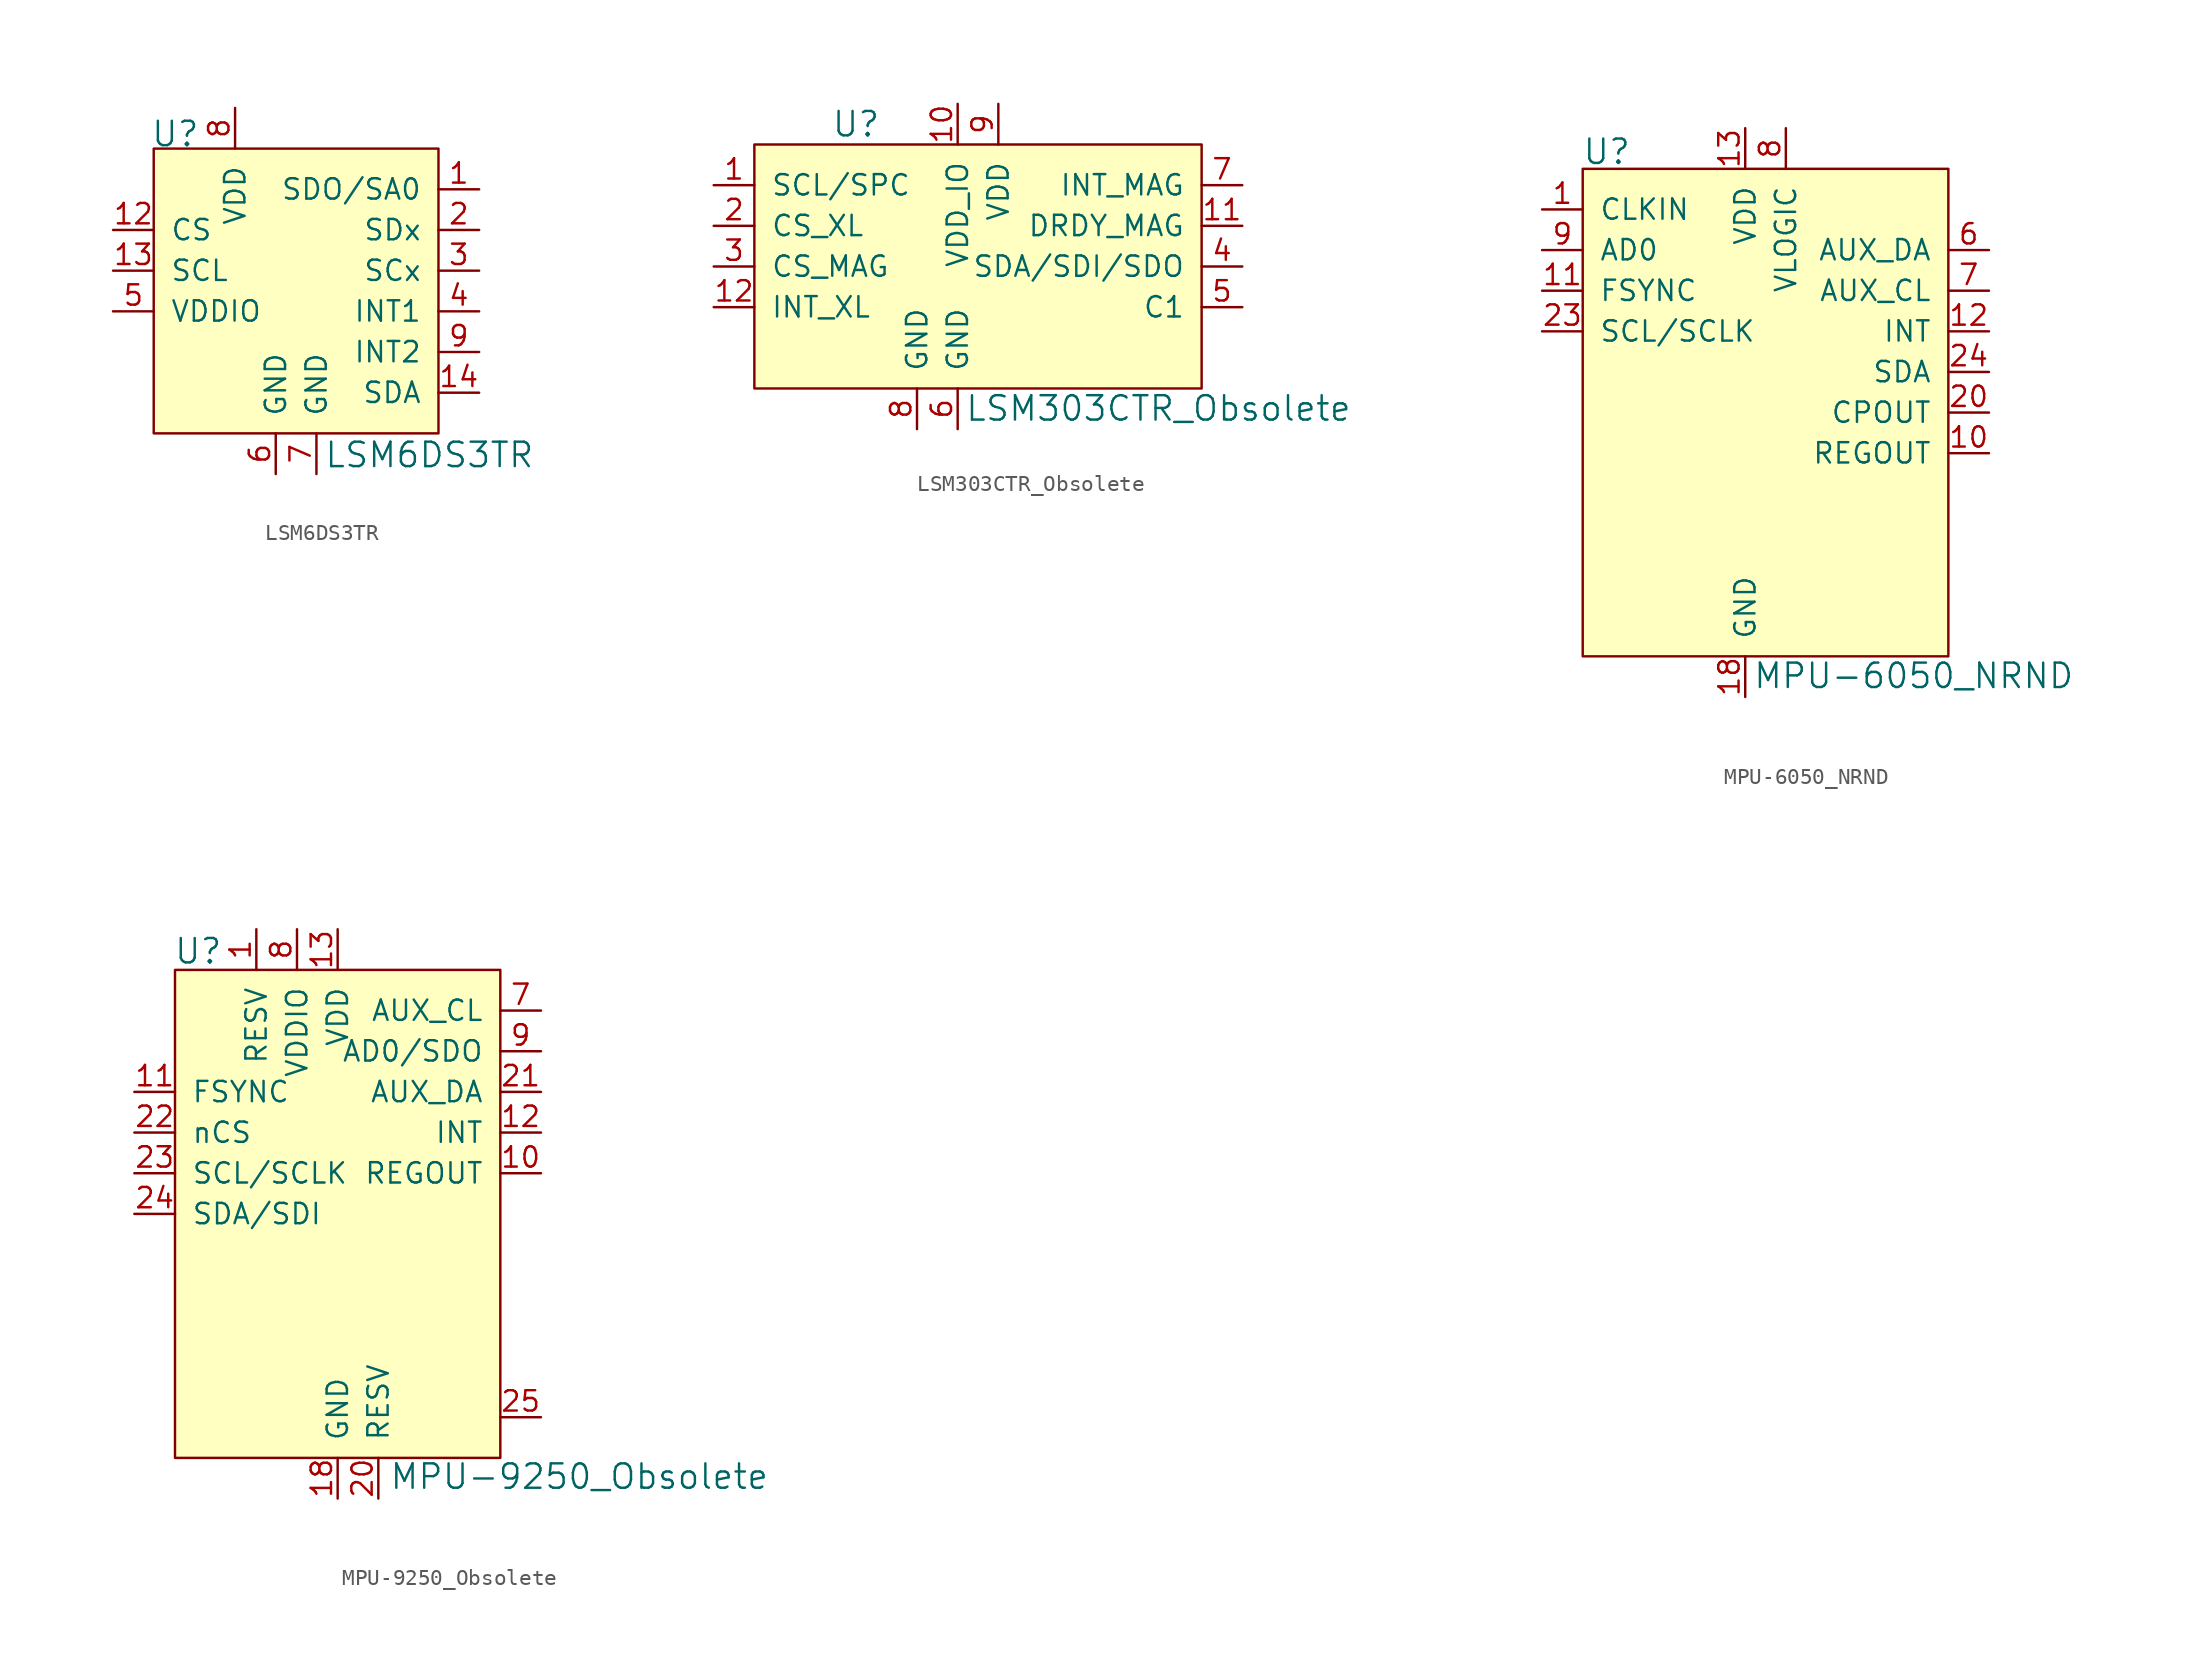
<source format=kicad_sym>
(kicad_symbol_lib
  (version 20231120)
  (generator "kicad_symbol_editor")
  (generator_version "8.0")
  (symbol "LSM6DS3TR"
    (pin_names
      (offset 1.016))
    (property "Reference" "U"
      (at -7.823 11.074 0)
      (effects (font (size 1.524 1.524)) (justify left)))
    (property "Value" "LSM6DS3TR"
      (at 2.997 -8.966 0)
      (effects (font (size 1.524 1.524)) (justify left)))
    (symbol "LSM6DS3TR_0_1"
      (rectangle (start -7.62 10.16) (end 10.16 -7.62) (stroke (width 0) (type default)) (fill (type background))))
    (symbol "LSM6DS3TR_1_0"
      (pin output line (at 12.7 7.62 180) (length 2.54) (name "SDO/SA0" (effects (font (size 1.27 1.27)))) (number "1" (effects (font (size 1.27 1.27)))))
      (pin no_connect line (at -7.62 -2.54 0) (length 2.54) hide (name "NC" (effects (font (size 1.27 1.27)))) (number "10" (effects (font (size 1.27 1.27)))))
      (pin no_connect line (at -7.62 -5.08 0) (length 2.54) hide (name "NC" (effects (font (size 1.27 1.27)))) (number "11" (effects (font (size 1.27 1.27)))))
      (pin input line (at -10.16 5.08 0) (length 2.54) (name "CS" (effects (font (size 1.27 1.27)))) (number "12" (effects (font (size 1.27 1.27)))))
      (pin input line (at -10.16 2.54 0) (length 2.54) (name "SCL" (effects (font (size 1.27 1.27)))) (number "13" (effects (font (size 1.27 1.27)))))
      (pin bidirectional line (at 12.7 -5.08 180) (length 2.54) (name "SDA" (effects (font (size 1.27 1.27)))) (number "14" (effects (font (size 1.27 1.27)))))
      (pin output line (at 12.7 5.08 180) (length 2.54) (name "SDx" (effects (font (size 1.27 1.27)))) (number "2" (effects (font (size 1.27 1.27)))))
      (pin output line (at 12.7 2.54 180) (length 2.54) (name "SCx" (effects (font (size 1.27 1.27)))) (number "3" (effects (font (size 1.27 1.27)))))
      (pin output line (at 12.7 0 180) (length 2.54) (name "INT1" (effects (font (size 1.27 1.27)))) (number "4" (effects (font (size 1.27 1.27)))))
      (pin bidirectional line (at -10.16 0 0) (length 2.54) (name "VDDIO" (effects (font (size 1.27 1.27)))) (number "5" (effects (font (size 1.27 1.27)))))
      (pin bidirectional line (at 0 -10.16 90) (length 2.54) (name "GND" (effects (font (size 1.27 1.27)))) (number "6" (effects (font (size 1.27 1.27)))))
      (pin bidirectional line (at 2.54 -10.16 90) (length 2.54) (name "GND" (effects (font (size 1.27 1.27)))) (number "7" (effects (font (size 1.27 1.27)))))
      (pin bidirectional line (at -2.54 12.7 270) (length 2.54) (name "VDD" (effects (font (size 1.27 1.27)))) (number "8" (effects (font (size 1.27 1.27)))))
      (pin output line (at 12.7 -2.54 180) (length 2.54) (name "INT2" (effects (font (size 1.27 1.27)))) (number "9" (effects (font (size 1.27 1.27)))))))
  (symbol "LSM303CTR_Obsolete"
    (pin_names
      (offset 1.016))
    (property "Reference" "U"
      (at -11.43 13.97 0)
      (effects (font (size 1.524 1.524))))
    (property "Value" "LSM303CTR_Obsolete"
      (at -4.648 -3.785 0)
      (effects (font (size 1.524 1.524)) (justify left)))
    (symbol "LSM303CTR_Obsolete_0_1"
      (rectangle (start -17.78 12.7) (end 10.16 -2.54) (stroke (width 0) (type default)) (fill (type background))))
    (symbol "LSM303CTR_Obsolete_1_1"
      (pin input line (at -20.32 10.16 0) (length 2.54) (name "SCL/SPC" (effects (font (size 1.27 1.27)))) (number "1" (effects (font (size 1.27 1.27)))))
      (pin power_in line (at -5.08 15.24 270) (length 2.54) (name "VDD_IO" (effects (font (size 1.27 1.27)))) (number "10" (effects (font (size 1.27 1.27)))))
      (pin output line (at 12.7 7.62 180) (length 2.54) (name "DRDY_MAG" (effects (font (size 1.27 1.27)))) (number "11" (effects (font (size 1.27 1.27)))))
      (pin input line (at -20.32 2.54 0) (length 2.54) (name "INT_XL" (effects (font (size 1.27 1.27)))) (number "12" (effects (font (size 1.27 1.27)))))
      (pin input line (at -20.32 7.62 0) (length 2.54) (name "CS_XL" (effects (font (size 1.27 1.27)))) (number "2" (effects (font (size 1.27 1.27)))))
      (pin input line (at -20.32 5.08 0) (length 2.54) (name "CS_MAG" (effects (font (size 1.27 1.27)))) (number "3" (effects (font (size 1.27 1.27)))))
      (pin bidirectional line (at 12.7 5.08 180) (length 2.54) (name "SDA/SDI/SDO" (effects (font (size 1.27 1.27)))) (number "4" (effects (font (size 1.27 1.27)))))
      (pin passive line (at 12.7 2.54 180) (length 2.54) (name "C1" (effects (font (size 1.27 1.27)))) (number "5" (effects (font (size 1.27 1.27)))))
      (pin power_in line (at -5.08 -5.08 90) (length 2.54) (name "GND" (effects (font (size 1.27 1.27)))) (number "6" (effects (font (size 1.27 1.27)))))
      (pin output line (at 12.7 10.16 180) (length 2.54) (name "INT_MAG" (effects (font (size 1.27 1.27)))) (number "7" (effects (font (size 1.27 1.27)))))
      (pin power_in line (at -7.62 -5.08 90) (length 2.54) (name "GND" (effects (font (size 1.27 1.27)))) (number "8" (effects (font (size 1.27 1.27)))))
      (pin power_in line (at -2.54 15.24 270) (length 2.54) (name "VDD" (effects (font (size 1.27 1.27)))) (number "9" (effects (font (size 1.27 1.27)))))))
  (symbol "MPU-6050_NRND"
    (pin_names
      (offset 1.016))
    (property "Reference" "U"
      (at -10.211 16.307 0)
      (effects (font (size 1.524 1.524)) (justify left)))
    (property "Value" "MPU-6050_NRND"
      (at 0.457 -16.459 0)
      (effects (font (size 1.524 1.524)) (justify left)))
    (symbol "MPU-6050_NRND_1_0"
      (pin input line (at -12.7 12.7 0) (length 2.54) (name "CLKIN" (effects (font (size 1.27 1.27)))) (number "1" (effects (font (size 1.27 1.27)))))
      (pin unspecified line (at 15.24 -2.54 180) (length 2.54) (name "REGOUT" (effects (font (size 1.27 1.27)))) (number "10" (effects (font (size 1.27 1.27)))))
      (pin input line (at -12.7 7.62 0) (length 2.54) (name "FSYNC" (effects (font (size 1.27 1.27)))) (number "11" (effects (font (size 1.27 1.27)))))
      (pin output line (at 15.24 5.08 180) (length 2.54) (name "INT" (effects (font (size 1.27 1.27)))) (number "12" (effects (font (size 1.27 1.27)))))
      (pin power_in line (at 0 17.78 270) (length 2.54) (name "VDD" (effects (font (size 1.27 1.27)))) (number "13" (effects (font (size 1.27 1.27)))))
      (pin no_connect line (at 12.7 -10.16 180) (length 2.54) hide (name "NC" (effects (font (size 1.27 1.27)))) (number "14" (effects (font (size 1.27 1.27)))))
      (pin no_connect line (at 12.7 -12.7 180) (length 2.54) hide (name "NC" (effects (font (size 1.27 1.27)))) (number "15" (effects (font (size 1.27 1.27)))))
      (pin no_connect line (at 12.7 -7.62 180) (length 2.54) hide (name "NC" (effects (font (size 1.27 1.27)))) (number "16" (effects (font (size 1.27 1.27)))))
      (pin no_connect line (at 12.7 -5.08 180) (length 2.54) hide (name "NC" (effects (font (size 1.27 1.27)))) (number "17" (effects (font (size 1.27 1.27)))))
      (pin power_in line (at 0 -17.78 90) (length 2.54) (name "GND" (effects (font (size 1.27 1.27)))) (number "18" (effects (font (size 1.27 1.27)))))
      (pin no_connect line (at -10.16 2.54 0) (length 2.54) hide (name "RESV" (effects (font (size 1.27 1.27)))) (number "19" (effects (font (size 1.27 1.27)))))
      (pin no_connect line (at -10.16 -12.7 0) (length 2.54) hide (name "NC" (effects (font (size 1.27 1.27)))) (number "2" (effects (font (size 1.27 1.27)))))
      (pin unspecified line (at 15.24 0 180) (length 2.54) (name "CPOUT" (effects (font (size 1.27 1.27)))) (number "20" (effects (font (size 1.27 1.27)))))
      (pin no_connect line (at -10.16 0 0) (length 2.54) hide (name "RESV" (effects (font (size 1.27 1.27)))) (number "21" (effects (font (size 1.27 1.27)))))
      (pin no_connect line (at -10.16 -2.54 0) (length 2.54) hide (name "RESV" (effects (font (size 1.27 1.27)))) (number "22" (effects (font (size 1.27 1.27)))))
      (pin input line (at -12.7 5.08 0) (length 2.54) (name "SCL/SCLK" (effects (font (size 1.27 1.27)))) (number "23" (effects (font (size 1.27 1.27)))))
      (pin bidirectional line (at 15.24 2.54 180) (length 2.54) (name "SDA" (effects (font (size 1.27 1.27)))) (number "24" (effects (font (size 1.27 1.27)))))
      (pin no_connect line (at -10.16 -10.16 0) (length 2.54) hide (name "NC" (effects (font (size 1.27 1.27)))) (number "3" (effects (font (size 1.27 1.27)))))
      (pin no_connect line (at -10.16 -7.62 0) (length 2.54) hide (name "NC" (effects (font (size 1.27 1.27)))) (number "4" (effects (font (size 1.27 1.27)))))
      (pin no_connect line (at -10.16 -5.08 0) (length 2.54) hide (name "NC" (effects (font (size 1.27 1.27)))) (number "5" (effects (font (size 1.27 1.27)))))
      (pin bidirectional line (at 15.24 10.16 180) (length 2.54) (name "AUX_DA" (effects (font (size 1.27 1.27)))) (number "6" (effects (font (size 1.27 1.27)))))
      (pin output line (at 15.24 7.62 180) (length 2.54) (name "AUX_CL" (effects (font (size 1.27 1.27)))) (number "7" (effects (font (size 1.27 1.27)))))
      (pin power_in line (at 2.54 17.78 270) (length 2.54) (name "VLOGIC" (effects (font (size 1.27 1.27)))) (number "8" (effects (font (size 1.27 1.27)))))
      (pin input line (at -12.7 10.16 0) (length 2.54) (name "AD0" (effects (font (size 1.27 1.27)))) (number "9" (effects (font (size 1.27 1.27))))))
    (symbol "MPU-6050_NRND_1_1"
      (rectangle (start -10.16 15.24) (end 12.7 -15.24) (stroke (width 0) (type default)) (fill (type background)))))
  (symbol "MPU-9250_Obsolete"
    (pin_names
      (offset 1.016))
    (property "Reference" "U"
      (at -17.882 11.328 0)
      (effects (font (size 1.524 1.524)) (justify left)))
    (property "Value" "MPU-9250_Obsolete"
      (at -4.42 -21.488 0)
      (effects (font (size 1.524 1.524)) (justify left)))
    (symbol "MPU-9250_Obsolete_0_1"
      (rectangle (start -17.78 10.16) (end 2.54 -20.32) (stroke (width 0) (type default)) (fill (type background))))
    (symbol "MPU-9250_Obsolete_1_0"
      (pin unspecified line (at 5.08 -2.54 180) (length 2.54) (name "REGOUT" (effects (font (size 1.27 1.27)))) (number "10" (effects (font (size 1.27 1.27)))))
      (pin input line (at -20.32 2.54 0) (length 2.54) (name "FSYNC" (effects (font (size 1.27 1.27)))) (number "11" (effects (font (size 1.27 1.27)))))
      (pin output line (at 5.08 0 180) (length 2.54) (name "INT" (effects (font (size 1.27 1.27)))) (number "12" (effects (font (size 1.27 1.27)))))
      (pin power_in line (at -7.62 12.7 270) (length 2.54) (name "VDD" (effects (font (size 1.27 1.27)))) (number "13" (effects (font (size 1.27 1.27)))))
      (pin no_connect line (at 2.54 -7.62 180) (length 2.54) hide (name "NC" (effects (font (size 1.27 1.27)))) (number "14" (effects (font (size 1.27 1.27)))))
      (pin no_connect line (at 2.54 -10.16 180) (length 2.54) hide (name "NC" (effects (font (size 1.27 1.27)))) (number "15" (effects (font (size 1.27 1.27)))))
      (pin no_connect line (at 2.54 -12.7 180) (length 2.54) hide (name "NC" (effects (font (size 1.27 1.27)))) (number "16" (effects (font (size 1.27 1.27)))))
      (pin no_connect line (at 2.54 -15.24 180) (length 2.54) hide (name "NC" (effects (font (size 1.27 1.27)))) (number "17" (effects (font (size 1.27 1.27)))))
      (pin power_in line (at -7.62 -22.86 90) (length 2.54) (name "GND" (effects (font (size 1.27 1.27)))) (number "18" (effects (font (size 1.27 1.27)))))
      (pin no_connect line (at 2.54 -5.08 180) (length 2.54) hide (name "RESV" (effects (font (size 1.27 1.27)))) (number "19" (effects (font (size 1.27 1.27)))))
      (pin no_connect line (at -17.78 -7.62 0) (length 2.54) hide (name "NC" (effects (font (size 1.27 1.27)))) (number "2" (effects (font (size 1.27 1.27)))))
      (pin power_in line (at -5.08 -22.86 90) (length 2.54) (name "RESV" (effects (font (size 1.27 1.27)))) (number "20" (effects (font (size 1.27 1.27)))))
      (pin bidirectional line (at 5.08 2.54 180) (length 2.54) (name "AUX_DA" (effects (font (size 1.27 1.27)))) (number "21" (effects (font (size 1.27 1.27)))))
      (pin input line (at -20.32 0 0) (length 2.54) (name "nCS" (effects (font (size 1.27 1.27)))) (number "22" (effects (font (size 1.27 1.27)))))
      (pin input line (at -20.32 -2.54 0) (length 2.54) (name "SCL/SCLK" (effects (font (size 1.27 1.27)))) (number "23" (effects (font (size 1.27 1.27)))))
      (pin input line (at -20.32 -5.08 0) (length 2.54) (name "SDA/SDI" (effects (font (size 1.27 1.27)))) (number "24" (effects (font (size 1.27 1.27)))))
      (pin unspecified line (at 5.08 -17.78 180) (length 2.54) (name "~" (effects (font (size 1.27 1.27)))) (number "25" (effects (font (size 1.27 1.27)))))
      (pin no_connect line (at -17.78 -10.16 0) (length 2.54) hide (name "NC" (effects (font (size 1.27 1.27)))) (number "3" (effects (font (size 1.27 1.27)))))
      (pin no_connect line (at -17.78 -12.7 0) (length 2.54) hide (name "NC" (effects (font (size 1.27 1.27)))) (number "4" (effects (font (size 1.27 1.27)))))
      (pin no_connect line (at -17.78 -15.24 0) (length 2.54) hide (name "NC" (effects (font (size 1.27 1.27)))) (number "5" (effects (font (size 1.27 1.27)))))
      (pin no_connect line (at -17.78 -17.78 0) (length 2.54) hide (name "NC" (effects (font (size 1.27 1.27)))) (number "6" (effects (font (size 1.27 1.27)))))
      (pin power_in line (at -10.16 12.7 270) (length 2.54) (name "VDDIO" (effects (font (size 1.27 1.27)))) (number "8" (effects (font (size 1.27 1.27)))))
      (pin output line (at 5.08 5.08 180) (length 2.54) (name "AD0/SDO" (effects (font (size 1.27 1.27)))) (number "9" (effects (font (size 1.27 1.27))))))
    (symbol "MPU-9250_Obsolete_1_1"
      (pin power_in line (at -12.7 12.7 270) (length 2.54) (name "RESV" (effects (font (size 1.27 1.27)))) (number "1" (effects (font (size 1.27 1.27)))))
      (pin output line (at 5.08 7.62 180) (length 2.54) (name "AUX_CL" (effects (font (size 1.27 1.27)))) (number "7" (effects (font (size 1.27 1.27))))))))
</source>
